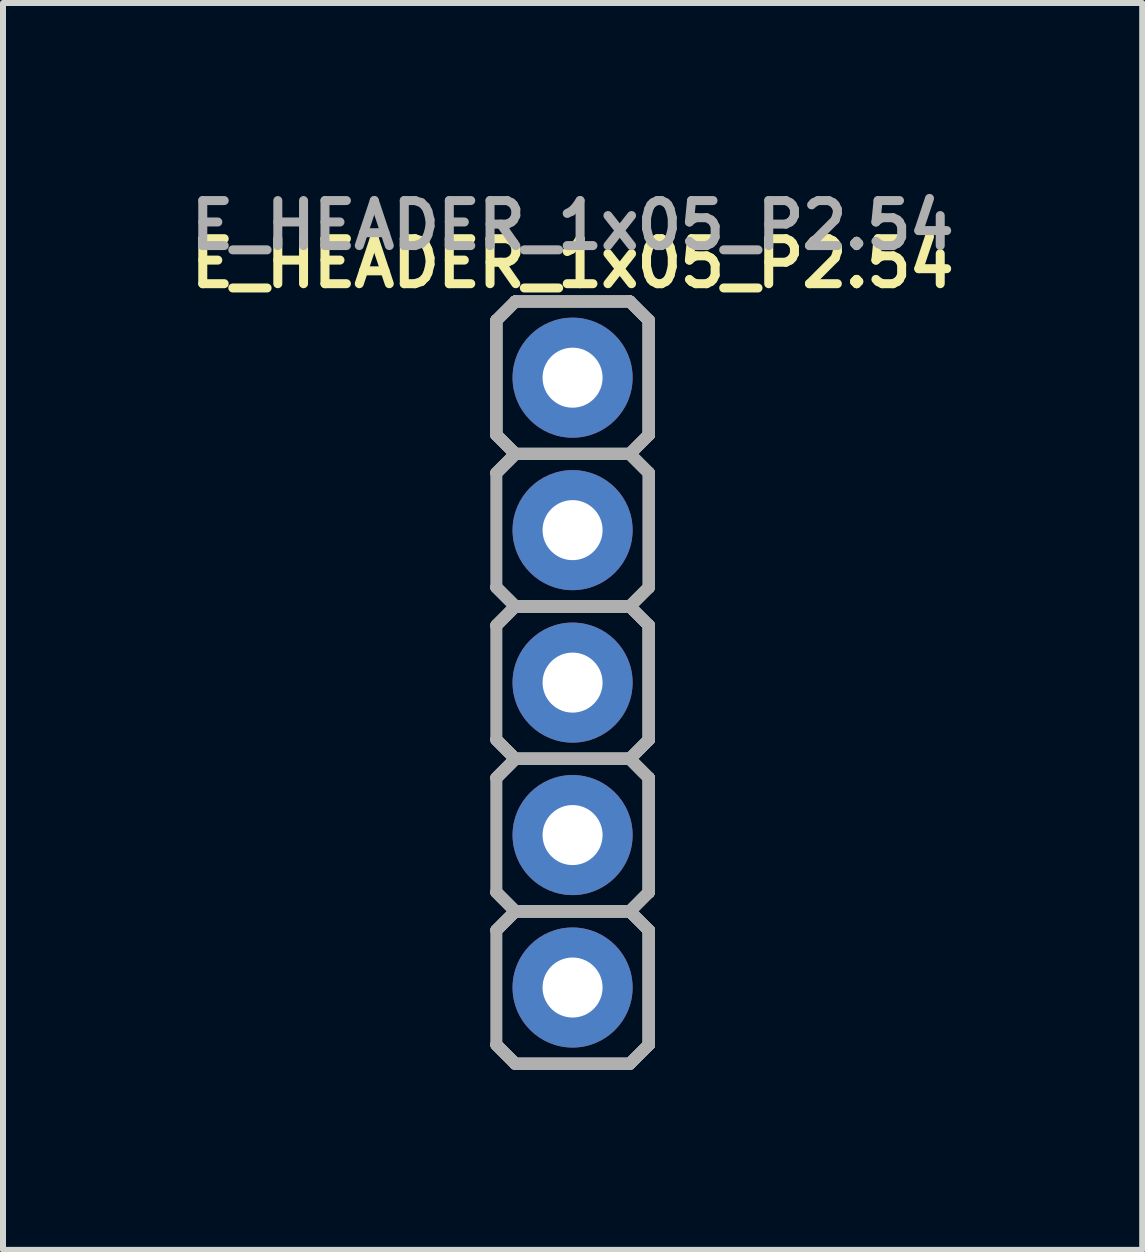
<source format=kicad_pcb>
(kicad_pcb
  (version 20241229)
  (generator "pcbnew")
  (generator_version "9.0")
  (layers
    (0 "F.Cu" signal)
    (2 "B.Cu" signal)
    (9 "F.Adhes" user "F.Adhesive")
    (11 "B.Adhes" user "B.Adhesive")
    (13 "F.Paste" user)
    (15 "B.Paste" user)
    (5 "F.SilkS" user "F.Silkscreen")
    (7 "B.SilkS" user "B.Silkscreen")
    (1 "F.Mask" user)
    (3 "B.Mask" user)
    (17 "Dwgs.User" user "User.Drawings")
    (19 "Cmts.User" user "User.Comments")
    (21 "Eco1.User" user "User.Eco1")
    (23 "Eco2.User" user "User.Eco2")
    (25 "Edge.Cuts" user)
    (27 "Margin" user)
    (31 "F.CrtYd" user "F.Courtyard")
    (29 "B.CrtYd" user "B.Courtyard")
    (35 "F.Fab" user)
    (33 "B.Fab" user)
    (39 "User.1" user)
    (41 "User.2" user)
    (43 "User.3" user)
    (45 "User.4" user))
  (footprint "E_HEADER_1x05_P2.54"
    (layer "F.Cu")
    (at 6.489 3.242)
    (property "Reference" "E_HEADER_1x05_P2.54" (at 0 -1.905 0) (layer "F.SilkS") (effects (font (size 0.75 0.75) (thickness 0.15))))
    (attr through_hole)
    (fp_line (start -1.27 -0.953) (end -1.27 -0.953) (stroke (width 0.2) (type solid)) (layer "F.Fab"))
    (fp_line (start -1.27 -0.953) (end -1.27 -0.953) (stroke (width 0.2) (type solid)) (layer "F.Fab"))
    (fp_line (start -1.27 0.953) (end -1.27 -0.953) (stroke (width 0.2) (type solid)) (layer "F.Fab"))
    (fp_line (start -1.27 0.953) (end -1.27 -0.953) (stroke (width 0.2) (type solid)) (layer "F.Fab"))
    (fp_line (start -1.27 0.953) (end -1.27 -0.953) (stroke (width 0.2) (type solid)) (layer "F.Fab"))
    (fp_line (start -1.27 0.953) (end -1.27 -0.953) (stroke (width 0.2) (type solid)) (layer "F.Fab"))
    (fp_line (start -1.27 0.953) (end -1.27 0.953) (stroke (width 0.2) (type solid)) (layer "F.Fab"))
    (fp_line (start -1.27 0.953) (end -1.27 0.953) (stroke (width 0.2) (type solid)) (layer "F.Fab"))
    (fp_line (start -1.27 3.493) (end -1.27 1.587) (stroke (width 0.2) (type solid)) (layer "F.Fab"))
    (fp_line (start -1.27 6.032) (end -1.27 4.128) (stroke (width 0.2) (type solid)) (layer "F.Fab"))
    (fp_line (start -1.27 8.572) (end -1.27 6.668) (stroke (width 0.2) (type solid)) (layer "F.Fab"))
    (fp_line (start -1.27 11.113) (end -1.27 9.207) (stroke (width 0.2) (type solid)) (layer "F.Fab"))
    (fp_line (start -0.953 -1.27) (end -1.27 -0.953) (stroke (width 0.2) (type solid)) (layer "F.Fab"))
    (fp_line (start -0.953 -1.27) (end -1.27 -0.953) (stroke (width 0.2) (type solid)) (layer "F.Fab"))
    (fp_line (start -0.953 -1.27) (end -1.27 -0.953) (stroke (width 0.2) (type solid)) (layer "F.Fab"))
    (fp_line (start -0.953 -1.27) (end -1.27 -0.953) (stroke (width 0.2) (type solid)) (layer "F.Fab"))
    (fp_line (start -0.953 -1.27) (end -0.953 -1.27) (stroke (width 0.2) (type solid)) (layer "F.Fab"))
    (fp_line (start -0.953 -1.27) (end -0.953 -1.27) (stroke (width 0.2) (type solid)) (layer "F.Fab"))
    (fp_line (start -0.953 -1.27) (end 0.953 -1.27) (stroke (width 0.2) (type solid)) (layer "F.Fab"))
    (fp_line (start -0.953 -1.27) (end 0.953 -1.27) (stroke (width 0.2) (type solid)) (layer "F.Fab"))
    (fp_line (start -0.953 -1.27) (end 0.953 -1.27) (stroke (width 0.2) (type solid)) (layer "F.Fab"))
    (fp_line (start -0.953 -1.27) (end 0.953 -1.27) (stroke (width 0.2) (type solid)) (layer "F.Fab"))
    (fp_line (start -0.953 1.27) (end -1.27 0.953) (stroke (width 0.2) (type solid)) (layer "F.Fab"))
    (fp_line (start -0.953 1.27) (end -1.27 0.953) (stroke (width 0.2) (type solid)) (layer "F.Fab"))
    (fp_line (start -0.953 1.27) (end -1.27 0.953) (stroke (width 0.2) (type solid)) (layer "F.Fab"))
    (fp_line (start -0.953 1.27) (end -1.27 0.953) (stroke (width 0.2) (type solid)) (layer "F.Fab"))
    (fp_line (start -0.953 1.27) (end -1.27 1.587) (stroke (width 0.2) (type solid)) (layer "F.Fab"))
    (fp_line (start -0.953 1.27) (end -1.27 1.587) (stroke (width 0.2) (type solid)) (layer "F.Fab"))
    (fp_line (start -0.953 1.27) (end -1.27 1.587) (stroke (width 0.2) (type solid)) (layer "F.Fab"))
    (fp_line (start -0.953 1.27) (end -1.27 1.587) (stroke (width 0.2) (type solid)) (layer "F.Fab"))
    (fp_line (start -0.953 1.27) (end -0.953 1.27) (stroke (width 0.2) (type solid)) (layer "F.Fab"))
    (fp_line (start -0.953 1.27) (end -0.953 1.27) (stroke (width 0.2) (type solid)) (layer "F.Fab"))
    (fp_line (start -0.953 1.27) (end -0.953 1.27) (stroke (width 0.2) (type solid)) (layer "F.Fab"))
    (fp_line (start -0.953 1.27) (end -0.953 1.27) (stroke (width 0.2) (type solid)) (layer "F.Fab"))
    (fp_line (start -0.953 1.27) (end 0.953 1.27) (stroke (width 0.2) (type solid)) (layer "F.Fab"))
    (fp_line (start -0.953 1.27) (end 0.953 1.27) (stroke (width 0.2) (type solid)) (layer "F.Fab"))
    (fp_line (start -0.953 1.27) (end 0.953 1.27) (stroke (width 0.2) (type solid)) (layer "F.Fab"))
    (fp_line (start -0.953 1.27) (end 0.953 1.27) (stroke (width 0.2) (type solid)) (layer "F.Fab"))
    (fp_line (start -0.953 3.81) (end -1.27 3.493) (stroke (width 0.2) (type solid)) (layer "F.Fab"))
    (fp_line (start -0.953 3.81) (end -1.27 3.493) (stroke (width 0.2) (type solid)) (layer "F.Fab"))
    (fp_line (start -0.953 3.81) (end -1.27 3.493) (stroke (width 0.2) (type solid)) (layer "F.Fab"))
    (fp_line (start -0.953 3.81) (end -1.27 3.493) (stroke (width 0.2) (type solid)) (layer "F.Fab"))
    (fp_line (start -0.953 3.81) (end -1.27 4.128) (stroke (width 0.2) (type solid)) (layer "F.Fab"))
    (fp_line (start -0.953 3.81) (end -1.27 4.128) (stroke (width 0.2) (type solid)) (layer "F.Fab"))
    (fp_line (start -0.953 3.81) (end -1.27 4.128) (stroke (width 0.2) (type solid)) (layer "F.Fab"))
    (fp_line (start -0.953 3.81) (end -1.27 4.128) (stroke (width 0.2) (type solid)) (layer "F.Fab"))
    (fp_line (start -0.953 3.81) (end -0.953 3.81) (stroke (width 0.2) (type solid)) (layer "F.Fab"))
    (fp_line (start -0.953 3.81) (end -0.953 3.81) (stroke (width 0.2) (type solid)) (layer "F.Fab"))
    (fp_line (start -0.953 3.81) (end -0.953 3.81) (stroke (width 0.2) (type solid)) (layer "F.Fab"))
    (fp_line (start -0.953 3.81) (end -0.953 3.81) (stroke (width 0.2) (type solid)) (layer "F.Fab"))
    (fp_line (start -0.953 3.81) (end 0.953 3.81) (stroke (width 0.2) (type solid)) (layer "F.Fab"))
    (fp_line (start -0.953 3.81) (end 0.953 3.81) (stroke (width 0.2) (type solid)) (layer "F.Fab"))
    (fp_line (start -0.953 3.81) (end 0.953 3.81) (stroke (width 0.2) (type solid)) (layer "F.Fab"))
    (fp_line (start -0.953 3.81) (end 0.953 3.81) (stroke (width 0.2) (type solid)) (layer "F.Fab"))
    (fp_line (start -0.953 6.35) (end -1.27 6.032) (stroke (width 0.2) (type solid)) (layer "F.Fab"))
    (fp_line (start -0.953 6.35) (end -1.27 6.032) (stroke (width 0.2) (type solid)) (layer "F.Fab"))
    (fp_line (start -0.953 6.35) (end -1.27 6.032) (stroke (width 0.2) (type solid)) (layer "F.Fab"))
    (fp_line (start -0.953 6.35) (end -1.27 6.032) (stroke (width 0.2) (type solid)) (layer "F.Fab"))
    (fp_line (start -0.953 6.35) (end -1.27 6.668) (stroke (width 0.2) (type solid)) (layer "F.Fab"))
    (fp_line (start -0.953 6.35) (end -1.27 6.668) (stroke (width 0.2) (type solid)) (layer "F.Fab"))
    (fp_line (start -0.953 6.35) (end -1.27 6.668) (stroke (width 0.2) (type solid)) (layer "F.Fab"))
    (fp_line (start -0.953 6.35) (end -1.27 6.668) (stroke (width 0.2) (type solid)) (layer "F.Fab"))
    (fp_line (start -0.953 6.35) (end -0.953 6.35) (stroke (width 0.2) (type solid)) (layer "F.Fab"))
    (fp_line (start -0.953 6.35) (end -0.953 6.35) (stroke (width 0.2) (type solid)) (layer "F.Fab"))
    (fp_line (start -0.953 6.35) (end -0.953 6.35) (stroke (width 0.2) (type solid)) (layer "F.Fab"))
    (fp_line (start -0.953 6.35) (end -0.953 6.35) (stroke (width 0.2) (type solid)) (layer "F.Fab"))
    (fp_line (start -0.953 6.35) (end 0.953 6.35) (stroke (width 0.2) (type solid)) (layer "F.Fab"))
    (fp_line (start -0.953 6.35) (end 0.953 6.35) (stroke (width 0.2) (type solid)) (layer "F.Fab"))
    (fp_line (start -0.953 6.35) (end 0.953 6.35) (stroke (width 0.2) (type solid)) (layer "F.Fab"))
    (fp_line (start -0.953 6.35) (end 0.953 6.35) (stroke (width 0.2) (type solid)) (layer "F.Fab"))
    (fp_line (start -0.953 8.89) (end -1.27 8.572) (stroke (width 0.2) (type solid)) (layer "F.Fab"))
    (fp_line (start -0.953 8.89) (end -1.27 8.572) (stroke (width 0.2) (type solid)) (layer "F.Fab"))
    (fp_line (start -0.953 8.89) (end -1.27 8.572) (stroke (width 0.2) (type solid)) (layer "F.Fab"))
    (fp_line (start -0.953 8.89) (end -1.27 8.572) (stroke (width 0.2) (type solid)) (layer "F.Fab"))
    (fp_line (start -0.953 8.89) (end -1.27 9.207) (stroke (width 0.2) (type solid)) (layer "F.Fab"))
    (fp_line (start -0.953 8.89) (end -1.27 9.207) (stroke (width 0.2) (type solid)) (layer "F.Fab"))
    (fp_line (start -0.953 8.89) (end -1.27 9.207) (stroke (width 0.2) (type solid)) (layer "F.Fab"))
    (fp_line (start -0.953 8.89) (end -1.27 9.207) (stroke (width 0.2) (type solid)) (layer "F.Fab"))
    (fp_line (start -0.953 8.89) (end -0.953 8.89) (stroke (width 0.2) (type solid)) (layer "F.Fab"))
    (fp_line (start -0.953 8.89) (end -0.953 8.89) (stroke (width 0.2) (type solid)) (layer "F.Fab"))
    (fp_line (start -0.953 8.89) (end -0.953 8.89) (stroke (width 0.2) (type solid)) (layer "F.Fab"))
    (fp_line (start -0.953 8.89) (end -0.953 8.89) (stroke (width 0.2) (type solid)) (layer "F.Fab"))
    (fp_line (start -0.953 8.89) (end 0.953 8.89) (stroke (width 0.2) (type solid)) (layer "F.Fab"))
    (fp_line (start -0.953 8.89) (end 0.953 8.89) (stroke (width 0.2) (type solid)) (layer "F.Fab"))
    (fp_line (start -0.953 8.89) (end 0.953 8.89) (stroke (width 0.2) (type solid)) (layer "F.Fab"))
    (fp_line (start -0.953 8.89) (end 0.953 8.89) (stroke (width 0.2) (type solid)) (layer "F.Fab"))
    (fp_line (start -0.953 11.43) (end -1.27 11.113) (stroke (width 0.2) (type solid)) (layer "F.Fab"))
    (fp_line (start -0.953 11.43) (end -1.27 11.113) (stroke (width 0.2) (type solid)) (layer "F.Fab"))
    (fp_line (start -0.953 11.43) (end -1.27 11.113) (stroke (width 0.2) (type solid)) (layer "F.Fab"))
    (fp_line (start -0.953 11.43) (end -1.27 11.113) (stroke (width 0.2) (type solid)) (layer "F.Fab"))
    (fp_line (start -0.953 11.43) (end -0.953 11.43) (stroke (width 0.2) (type solid)) (layer "F.Fab"))
    (fp_line (start -0.953 11.43) (end -0.953 11.43) (stroke (width 0.2) (type solid)) (layer "F.Fab"))
    (fp_line (start 0.953 -1.27) (end 0.953 -1.27) (stroke (width 0.2) (type solid)) (layer "F.Fab"))
    (fp_line (start 0.953 -1.27) (end 0.953 -1.27) (stroke (width 0.2) (type solid)) (layer "F.Fab"))
    (fp_line (start 0.953 -1.27) (end 1.27 -0.953) (stroke (width 0.2) (type solid)) (layer "F.Fab"))
    (fp_line (start 0.953 -1.27) (end 1.27 -0.953) (stroke (width 0.2) (type solid)) (layer "F.Fab"))
    (fp_line (start 0.953 -1.27) (end 1.27 -0.953) (stroke (width 0.2) (type solid)) (layer "F.Fab"))
    (fp_line (start 0.953 -1.27) (end 1.27 -0.953) (stroke (width 0.2) (type solid)) (layer "F.Fab"))
    (fp_line (start 0.953 1.27) (end -0.953 1.27) (stroke (width 0.2) (type solid)) (layer "F.Fab"))
    (fp_line (start 0.953 1.27) (end -0.953 1.27) (stroke (width 0.2) (type solid)) (layer "F.Fab"))
    (fp_line (start 0.953 1.27) (end -0.953 1.27) (stroke (width 0.2) (type solid)) (layer "F.Fab"))
    (fp_line (start 0.953 1.27) (end -0.953 1.27) (stroke (width 0.2) (type solid)) (layer "F.Fab"))
    (fp_line (start 0.953 1.27) (end 0.953 1.27) (stroke (width 0.2) (type solid)) (layer "F.Fab"))
    (fp_line (start 0.953 1.27) (end 0.953 1.27) (stroke (width 0.2) (type solid)) (layer "F.Fab"))
    (fp_line (start 0.953 1.27) (end 0.953 1.27) (stroke (width 0.2) (type solid)) (layer "F.Fab"))
    (fp_line (start 0.953 1.27) (end 0.953 1.27) (stroke (width 0.2) (type solid)) (layer "F.Fab"))
    (fp_line (start 0.953 1.27) (end 1.27 1.587) (stroke (width 0.2) (type solid)) (layer "F.Fab"))
    (fp_line (start 0.953 1.27) (end 1.27 1.587) (stroke (width 0.2) (type solid)) (layer "F.Fab"))
    (fp_line (start 0.953 1.27) (end 1.27 1.587) (stroke (width 0.2) (type solid)) (layer "F.Fab"))
    (fp_line (start 0.953 1.27) (end 1.27 1.587) (stroke (width 0.2) (type solid)) (layer "F.Fab"))
    (fp_line (start 0.953 3.81) (end -0.953 3.81) (stroke (width 0.2) (type solid)) (layer "F.Fab"))
    (fp_line (start 0.953 3.81) (end -0.953 3.81) (stroke (width 0.2) (type solid)) (layer "F.Fab"))
    (fp_line (start 0.953 3.81) (end -0.953 3.81) (stroke (width 0.2) (type solid)) (layer "F.Fab"))
    (fp_line (start 0.953 3.81) (end -0.953 3.81) (stroke (width 0.2) (type solid)) (layer "F.Fab"))
    (fp_line (start 0.953 3.81) (end 0.953 3.81) (stroke (width 0.2) (type solid)) (layer "F.Fab"))
    (fp_line (start 0.953 3.81) (end 0.953 3.81) (stroke (width 0.2) (type solid)) (layer "F.Fab"))
    (fp_line (start 0.953 3.81) (end 0.953 3.81) (stroke (width 0.2) (type solid)) (layer "F.Fab"))
    (fp_line (start 0.953 3.81) (end 0.953 3.81) (stroke (width 0.2) (type solid)) (layer "F.Fab"))
    (fp_line (start 0.953 3.81) (end 1.27 4.128) (stroke (width 0.2) (type solid)) (layer "F.Fab"))
    (fp_line (start 0.953 3.81) (end 1.27 4.128) (stroke (width 0.2) (type solid)) (layer "F.Fab"))
    (fp_line (start 0.953 3.81) (end 1.27 4.128) (stroke (width 0.2) (type solid)) (layer "F.Fab"))
    (fp_line (start 0.953 3.81) (end 1.27 4.128) (stroke (width 0.2) (type solid)) (layer "F.Fab"))
    (fp_line (start 0.953 6.35) (end -0.953 6.35) (stroke (width 0.2) (type solid)) (layer "F.Fab"))
    (fp_line (start 0.953 6.35) (end -0.953 6.35) (stroke (width 0.2) (type solid)) (layer "F.Fab"))
    (fp_line (start 0.953 6.35) (end -0.953 6.35) (stroke (width 0.2) (type solid)) (layer "F.Fab"))
    (fp_line (start 0.953 6.35) (end -0.953 6.35) (stroke (width 0.2) (type solid)) (layer "F.Fab"))
    (fp_line (start 0.953 6.35) (end 0.953 6.35) (stroke (width 0.2) (type solid)) (layer "F.Fab"))
    (fp_line (start 0.953 6.35) (end 0.953 6.35) (stroke (width 0.2) (type solid)) (layer "F.Fab"))
    (fp_line (start 0.953 6.35) (end 0.953 6.35) (stroke (width 0.2) (type solid)) (layer "F.Fab"))
    (fp_line (start 0.953 6.35) (end 0.953 6.35) (stroke (width 0.2) (type solid)) (layer "F.Fab"))
    (fp_line (start 0.953 6.35) (end 1.27 6.668) (stroke (width 0.2) (type solid)) (layer "F.Fab"))
    (fp_line (start 0.953 6.35) (end 1.27 6.668) (stroke (width 0.2) (type solid)) (layer "F.Fab"))
    (fp_line (start 0.953 6.35) (end 1.27 6.668) (stroke (width 0.2) (type solid)) (layer "F.Fab"))
    (fp_line (start 0.953 6.35) (end 1.27 6.668) (stroke (width 0.2) (type solid)) (layer "F.Fab"))
    (fp_line (start 0.953 8.89) (end -0.953 8.89) (stroke (width 0.2) (type solid)) (layer "F.Fab"))
    (fp_line (start 0.953 8.89) (end -0.953 8.89) (stroke (width 0.2) (type solid)) (layer "F.Fab"))
    (fp_line (start 0.953 8.89) (end -0.953 8.89) (stroke (width 0.2) (type solid)) (layer "F.Fab"))
    (fp_line (start 0.953 8.89) (end -0.953 8.89) (stroke (width 0.2) (type solid)) (layer "F.Fab"))
    (fp_line (start 0.953 8.89) (end 0.953 8.89) (stroke (width 0.2) (type solid)) (layer "F.Fab"))
    (fp_line (start 0.953 8.89) (end 0.953 8.89) (stroke (width 0.2) (type solid)) (layer "F.Fab"))
    (fp_line (start 0.953 8.89) (end 0.953 8.89) (stroke (width 0.2) (type solid)) (layer "F.Fab"))
    (fp_line (start 0.953 8.89) (end 0.953 8.89) (stroke (width 0.2) (type solid)) (layer "F.Fab"))
    (fp_line (start 0.953 8.89) (end 1.27 9.207) (stroke (width 0.2) (type solid)) (layer "F.Fab"))
    (fp_line (start 0.953 8.89) (end 1.27 9.207) (stroke (width 0.2) (type solid)) (layer "F.Fab"))
    (fp_line (start 0.953 8.89) (end 1.27 9.207) (stroke (width 0.2) (type solid)) (layer "F.Fab"))
    (fp_line (start 0.953 8.89) (end 1.27 9.207) (stroke (width 0.2) (type solid)) (layer "F.Fab"))
    (fp_line (start 0.953 11.43) (end -0.953 11.43) (stroke (width 0.2) (type solid)) (layer "F.Fab"))
    (fp_line (start 0.953 11.43) (end -0.953 11.43) (stroke (width 0.2) (type solid)) (layer "F.Fab"))
    (fp_line (start 0.953 11.43) (end -0.953 11.43) (stroke (width 0.2) (type solid)) (layer "F.Fab"))
    (fp_line (start 0.953 11.43) (end -0.953 11.43) (stroke (width 0.2) (type solid)) (layer "F.Fab"))
    (fp_line (start 0.953 11.43) (end 0.953 11.43) (stroke (width 0.2) (type solid)) (layer "F.Fab"))
    (fp_line (start 0.953 11.43) (end 0.953 11.43) (stroke (width 0.2) (type solid)) (layer "F.Fab"))
    (fp_line (start 1.27 -0.953) (end 1.27 -0.953) (stroke (width 0.2) (type solid)) (layer "F.Fab"))
    (fp_line (start 1.27 -0.953) (end 1.27 -0.953) (stroke (width 0.2) (type solid)) (layer "F.Fab"))
    (fp_line (start 1.27 -0.953) (end 1.27 -0.953) (stroke (width 0.2) (type solid)) (layer "F.Fab"))
    (fp_line (start 1.27 -0.953) (end 1.27 -0.953) (stroke (width 0.2) (type solid)) (layer "F.Fab"))
    (fp_line (start 1.27 -0.953) (end 1.27 0.953) (stroke (width 0.2) (type solid)) (layer "F.Fab"))
    (fp_line (start 1.27 -0.953) (end 1.27 0.953) (stroke (width 0.2) (type solid)) (layer "F.Fab"))
    (fp_line (start 1.27 -0.953) (end 1.27 0.953) (stroke (width 0.2) (type solid)) (layer "F.Fab"))
    (fp_line (start 1.27 -0.953) (end 1.27 0.953) (stroke (width 0.2) (type solid)) (layer "F.Fab"))
    (fp_line (start 1.27 0.953) (end 0.953 1.27) (stroke (width 0.2) (type solid)) (layer "F.Fab"))
    (fp_line (start 1.27 0.953) (end 0.953 1.27) (stroke (width 0.2) (type solid)) (layer "F.Fab"))
    (fp_line (start 1.27 0.953) (end 0.953 1.27) (stroke (width 0.2) (type solid)) (layer "F.Fab"))
    (fp_line (start 1.27 0.953) (end 0.953 1.27) (stroke (width 0.2) (type solid)) (layer "F.Fab"))
    (fp_line (start 1.27 0.953) (end 1.27 -0.953) (stroke (width 0.2) (type solid)) (layer "F.Fab"))
    (fp_line (start 1.27 0.953) (end 1.27 -0.953) (stroke (width 0.2) (type solid)) (layer "F.Fab"))
    (fp_line (start 1.27 0.953) (end 1.27 -0.953) (stroke (width 0.2) (type solid)) (layer "F.Fab"))
    (fp_line (start 1.27 0.953) (end 1.27 -0.953) (stroke (width 0.2) (type solid)) (layer "F.Fab"))
    (fp_line (start 1.27 0.953) (end 1.27 0.953) (stroke (width 0.2) (type solid)) (layer "F.Fab"))
    (fp_line (start 1.27 0.953) (end 1.27 0.953) (stroke (width 0.2) (type solid)) (layer "F.Fab"))
    (fp_line (start 1.27 0.953) (end 1.27 0.953) (stroke (width 0.2) (type solid)) (layer "F.Fab"))
    (fp_line (start 1.27 0.953) (end 1.27 0.953) (stroke (width 0.2) (type solid)) (layer "F.Fab"))
    (fp_line (start 1.27 1.587) (end 1.27 1.587) (stroke (width 0.2) (type solid)) (layer "F.Fab"))
    (fp_line (start 1.27 1.587) (end 1.27 1.587) (stroke (width 0.2) (type solid)) (layer "F.Fab"))
    (fp_line (start 1.27 1.587) (end 1.27 3.493) (stroke (width 0.2) (type solid)) (layer "F.Fab"))
    (fp_line (start 1.27 1.587) (end 1.27 3.493) (stroke (width 0.2) (type solid)) (layer "F.Fab"))
    (fp_line (start 1.27 1.587) (end 1.27 3.493) (stroke (width 0.2) (type solid)) (layer "F.Fab"))
    (fp_line (start 1.27 1.587) (end 1.27 3.493) (stroke (width 0.2) (type solid)) (layer "F.Fab"))
    (fp_line (start 1.27 3.493) (end 0.953 3.81) (stroke (width 0.2) (type solid)) (layer "F.Fab"))
    (fp_line (start 1.27 3.493) (end 0.953 3.81) (stroke (width 0.2) (type solid)) (layer "F.Fab"))
    (fp_line (start 1.27 3.493) (end 0.953 3.81) (stroke (width 0.2) (type solid)) (layer "F.Fab"))
    (fp_line (start 1.27 3.493) (end 0.953 3.81) (stroke (width 0.2) (type solid)) (layer "F.Fab"))
    (fp_line (start 1.27 3.493) (end 1.27 3.493) (stroke (width 0.2) (type solid)) (layer "F.Fab"))
    (fp_line (start 1.27 3.493) (end 1.27 3.493) (stroke (width 0.2) (type solid)) (layer "F.Fab"))
    (fp_line (start 1.27 4.128) (end 1.27 4.128) (stroke (width 0.2) (type solid)) (layer "F.Fab"))
    (fp_line (start 1.27 4.128) (end 1.27 4.128) (stroke (width 0.2) (type solid)) (layer "F.Fab"))
    (fp_line (start 1.27 4.128) (end 1.27 4.128) (stroke (width 0.2) (type solid)) (layer "F.Fab"))
    (fp_line (start 1.27 4.128) (end 1.27 4.128) (stroke (width 0.2) (type solid)) (layer "F.Fab"))
    (fp_line (start 1.27 4.128) (end 1.27 6.032) (stroke (width 0.2) (type solid)) (layer "F.Fab"))
    (fp_line (start 1.27 4.128) (end 1.27 6.032) (stroke (width 0.2) (type solid)) (layer "F.Fab"))
    (fp_line (start 1.27 4.128) (end 1.27 6.032) (stroke (width 0.2) (type solid)) (layer "F.Fab"))
    (fp_line (start 1.27 4.128) (end 1.27 6.032) (stroke (width 0.2) (type solid)) (layer "F.Fab"))
    (fp_line (start 1.27 6.032) (end 0.953 6.35) (stroke (width 0.2) (type solid)) (layer "F.Fab"))
    (fp_line (start 1.27 6.032) (end 0.953 6.35) (stroke (width 0.2) (type solid)) (layer "F.Fab"))
    (fp_line (start 1.27 6.032) (end 0.953 6.35) (stroke (width 0.2) (type solid)) (layer "F.Fab"))
    (fp_line (start 1.27 6.032) (end 0.953 6.35) (stroke (width 0.2) (type solid)) (layer "F.Fab"))
    (fp_line (start 1.27 6.032) (end 1.27 4.128) (stroke (width 0.2) (type solid)) (layer "F.Fab"))
    (fp_line (start 1.27 6.032) (end 1.27 4.128) (stroke (width 0.2) (type solid)) (layer "F.Fab"))
    (fp_line (start 1.27 6.032) (end 1.27 4.128) (stroke (width 0.2) (type solid)) (layer "F.Fab"))
    (fp_line (start 1.27 6.032) (end 1.27 4.128) (stroke (width 0.2) (type solid)) (layer "F.Fab"))
    (fp_line (start 1.27 6.032) (end 1.27 6.032) (stroke (width 0.2) (type solid)) (layer "F.Fab"))
    (fp_line (start 1.27 6.032) (end 1.27 6.032) (stroke (width 0.2) (type solid)) (layer "F.Fab"))
    (fp_line (start 1.27 6.032) (end 1.27 6.032) (stroke (width 0.2) (type solid)) (layer "F.Fab"))
    (fp_line (start 1.27 6.032) (end 1.27 6.032) (stroke (width 0.2) (type solid)) (layer "F.Fab"))
    (fp_line (start 1.27 6.668) (end 1.27 6.668) (stroke (width 0.2) (type solid)) (layer "F.Fab"))
    (fp_line (start 1.27 6.668) (end 1.27 6.668) (stroke (width 0.2) (type solid)) (layer "F.Fab"))
    (fp_line (start 1.27 6.668) (end 1.27 6.668) (stroke (width 0.2) (type solid)) (layer "F.Fab"))
    (fp_line (start 1.27 6.668) (end 1.27 6.668) (stroke (width 0.2) (type solid)) (layer "F.Fab"))
    (fp_line (start 1.27 6.668) (end 1.27 8.572) (stroke (width 0.2) (type solid)) (layer "F.Fab"))
    (fp_line (start 1.27 6.668) (end 1.27 8.572) (stroke (width 0.2) (type solid)) (layer "F.Fab"))
    (fp_line (start 1.27 6.668) (end 1.27 8.572) (stroke (width 0.2) (type solid)) (layer "F.Fab"))
    (fp_line (start 1.27 6.668) (end 1.27 8.572) (stroke (width 0.2) (type solid)) (layer "F.Fab"))
    (fp_line (start 1.27 8.572) (end 0.953 8.89) (stroke (width 0.2) (type solid)) (layer "F.Fab"))
    (fp_line (start 1.27 8.572) (end 0.953 8.89) (stroke (width 0.2) (type solid)) (layer "F.Fab"))
    (fp_line (start 1.27 8.572) (end 0.953 8.89) (stroke (width 0.2) (type solid)) (layer "F.Fab"))
    (fp_line (start 1.27 8.572) (end 0.953 8.89) (stroke (width 0.2) (type solid)) (layer "F.Fab"))
    (fp_line (start 1.27 8.572) (end 1.27 6.668) (stroke (width 0.2) (type solid)) (layer "F.Fab"))
    (fp_line (start 1.27 8.572) (end 1.27 6.668) (stroke (width 0.2) (type solid)) (layer "F.Fab"))
    (fp_line (start 1.27 8.572) (end 1.27 6.668) (stroke (width 0.2) (type solid)) (layer "F.Fab"))
    (fp_line (start 1.27 8.572) (end 1.27 6.668) (stroke (width 0.2) (type solid)) (layer "F.Fab"))
    (fp_line (start 1.27 8.572) (end 1.27 8.572) (stroke (width 0.2) (type solid)) (layer "F.Fab"))
    (fp_line (start 1.27 8.572) (end 1.27 8.572) (stroke (width 0.2) (type solid)) (layer "F.Fab"))
    (fp_line (start 1.27 8.572) (end 1.27 8.572) (stroke (width 0.2) (type solid)) (layer "F.Fab"))
    (fp_line (start 1.27 8.572) (end 1.27 8.572) (stroke (width 0.2) (type solid)) (layer "F.Fab"))
    (fp_line (start 1.27 9.207) (end 1.27 9.207) (stroke (width 0.2) (type solid)) (layer "F.Fab"))
    (fp_line (start 1.27 9.207) (end 1.27 9.207) (stroke (width 0.2) (type solid)) (layer "F.Fab"))
    (fp_line (start 1.27 9.207) (end 1.27 9.207) (stroke (width 0.2) (type solid)) (layer "F.Fab"))
    (fp_line (start 1.27 9.207) (end 1.27 9.207) (stroke (width 0.2) (type solid)) (layer "F.Fab"))
    (fp_line (start 1.27 9.207) (end 1.27 11.113) (stroke (width 0.2) (type solid)) (layer "F.Fab"))
    (fp_line (start 1.27 9.207) (end 1.27 11.113) (stroke (width 0.2) (type solid)) (layer "F.Fab"))
    (fp_line (start 1.27 9.207) (end 1.27 11.113) (stroke (width 0.2) (type solid)) (layer "F.Fab"))
    (fp_line (start 1.27 9.207) (end 1.27 11.113) (stroke (width 0.2) (type solid)) (layer "F.Fab"))
    (fp_line (start 1.27 11.113) (end 0.953 11.43) (stroke (width 0.2) (type solid)) (layer "F.Fab"))
    (fp_line (start 1.27 11.113) (end 0.953 11.43) (stroke (width 0.2) (type solid)) (layer "F.Fab"))
    (fp_line (start 1.27 11.113) (end 0.953 11.43) (stroke (width 0.2) (type solid)) (layer "F.Fab"))
    (fp_line (start 1.27 11.113) (end 0.953 11.43) (stroke (width 0.2) (type solid)) (layer "F.Fab"))
    (fp_line (start 1.27 11.113) (end 1.27 9.207) (stroke (width 0.2) (type solid)) (layer "F.Fab"))
    (fp_line (start 1.27 11.113) (end 1.27 9.207) (stroke (width 0.2) (type solid)) (layer "F.Fab"))
    (fp_line (start 1.27 11.113) (end 1.27 9.207) (stroke (width 0.2) (type solid)) (layer "F.Fab"))
    (fp_line (start 1.27 11.113) (end 1.27 9.207) (stroke (width 0.2) (type solid)) (layer "F.Fab"))
    (fp_line (start 1.27 11.113) (end 1.27 11.113) (stroke (width 0.2) (type solid)) (layer "F.Fab"))
    (fp_line (start 1.27 11.113) (end 1.27 11.113) (stroke (width 0.2) (type solid)) (layer "F.Fab"))
    (fp_line (start 1.27 11.113) (end 1.27 11.113) (stroke (width 0.2) (type solid)) (layer "F.Fab"))
    (fp_line (start 1.27 11.113) (end 1.27 11.113) (stroke (width 0.2) (type solid)) (layer "F.Fab"))
    (fp_text user "${REFERENCE}" (at 0 -2.54 180) (layer "F.Fab") (effects (font (size 0.75 0.75) (thickness 0.15))))
    (pad "1" thru_hole circle (at 0 0) (size 2 2) (drill 1) (layers "*.Cu" "*.Mask"))
    (pad "2" thru_hole circle (at 0 2.54) (size 2 2) (drill 1) (layers "*.Cu" "*.Mask"))
    (pad "3" thru_hole circle (at 0 5.08) (size 2 2) (drill 1) (layers "*.Cu" "*.Mask"))
    (pad "4" thru_hole circle (at 0 7.62) (size 2 2) (drill 1) (layers "*.Cu" "*.Mask"))
    (pad "5" thru_hole circle (at 0 10.16) (size 2 2) (drill 1) (layers "*.Cu" "*.Mask")))
  (gr_rect
    (start -3 -3)
    (end 15.979 17.772)
    (stroke (width 0.1) (type default))
    (fill no)
    (layer "Edge.Cuts")))
</source>
